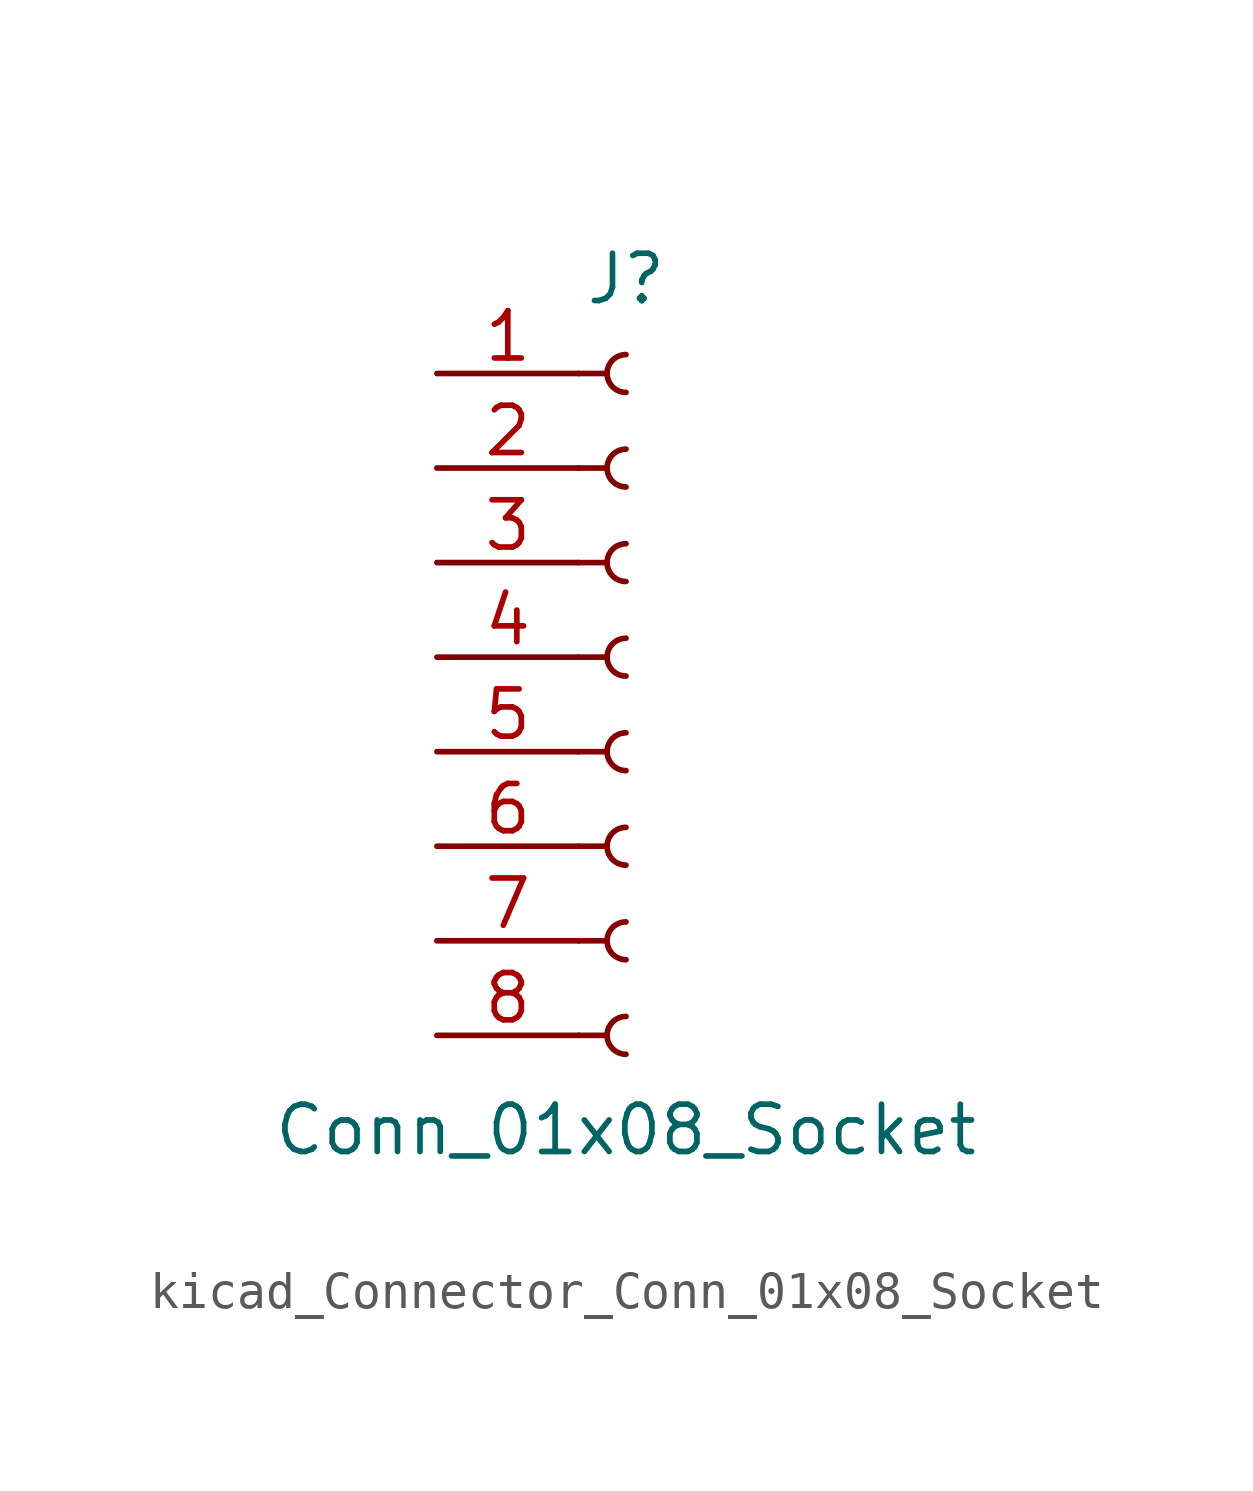
<source format=kicad_sym>
(kicad_symbol_lib
  (version 20220914)
  (generator kicad_symbol_editor)
  (symbol "kicad_Connector_Conn_01x08_Socket"
    (pin_names
      (offset 1.016) hide)
    (property "Reference" "J"
      (at 0 10.16 0)
      (effects (font (size 1.27 1.27))))
    (property "Value" "Conn_01x08_Socket"
      (at 0 -12.7 0)
      (effects (font (size 1.27 1.27))))
    (property "ki_locked" ""
      (at 0 0 0)
      (effects (font (size 1.27 1.27))))
    (symbol "kicad_Connector_Conn_01x08_Socket_1_1"
      (arc (start 0 -9.652) (mid -0.5058 -10.16) (end 0 -10.668) (stroke (width 0.1524) (type default)) (fill (type none)))
      (arc (start 0 -7.112) (mid -0.5058 -7.62) (end 0 -8.128) (stroke (width 0.1524) (type default)) (fill (type none)))
      (arc (start 0 -4.572) (mid -0.5058 -5.08) (end 0 -5.588) (stroke (width 0.1524) (type default)) (fill (type none)))
      (arc (start 0 -2.032) (mid -0.5058 -2.54) (end 0 -3.048) (stroke (width 0.1524) (type default)) (fill (type none)))
      (polyline (pts (xy -1.27 -10.16) (xy -0.508 -10.16)) (stroke (width 0.152) (type default)) (fill (type none)))
      (polyline (pts (xy -1.27 -7.62) (xy -0.508 -7.62)) (stroke (width 0.152) (type default)) (fill (type none)))
      (polyline (pts (xy -1.27 -5.08) (xy -0.508 -5.08)) (stroke (width 0.152) (type default)) (fill (type none)))
      (polyline (pts (xy -1.27 -2.54) (xy -0.508 -2.54)) (stroke (width 0.152) (type default)) (fill (type none)))
      (polyline (pts (xy -1.27 0) (xy -0.508 0)) (stroke (width 0.152) (type default)) (fill (type none)))
      (polyline (pts (xy -1.27 2.54) (xy -0.508 2.54)) (stroke (width 0.152) (type default)) (fill (type none)))
      (polyline (pts (xy -1.27 5.08) (xy -0.508 5.08)) (stroke (width 0.152) (type default)) (fill (type none)))
      (polyline (pts (xy -1.27 7.62) (xy -0.508 7.62)) (stroke (width 0.152) (type default)) (fill (type none)))
      (arc (start 0 0.508) (mid -0.5058 0) (end 0 -0.508) (stroke (width 0.1524) (type default)) (fill (type none)))
      (arc (start 0 3.048) (mid -0.5058 2.54) (end 0 2.032) (stroke (width 0.1524) (type default)) (fill (type none)))
      (arc (start 0 5.588) (mid -0.5058 5.08) (end 0 4.572) (stroke (width 0.1524) (type default)) (fill (type none)))
      (arc (start 0 8.128) (mid -0.5058 7.62) (end 0 7.112) (stroke (width 0.1524) (type default)) (fill (type none)))
      (pin passive line (at -5.08 7.62 0) (length 3.81) (name "Pin_1" (effects (font (size 1.27 1.27)))) (number "1" (effects (font (size 1.27 1.27)))))
      (pin passive line (at -5.08 5.08 0) (length 3.81) (name "Pin_2" (effects (font (size 1.27 1.27)))) (number "2" (effects (font (size 1.27 1.27)))))
      (pin passive line (at -5.08 2.54 0) (length 3.81) (name "Pin_3" (effects (font (size 1.27 1.27)))) (number "3" (effects (font (size 1.27 1.27)))))
      (pin passive line (at -5.08 0 0) (length 3.81) (name "Pin_4" (effects (font (size 1.27 1.27)))) (number "4" (effects (font (size 1.27 1.27)))))
      (pin passive line (at -5.08 -2.54 0) (length 3.81) (name "Pin_5" (effects (font (size 1.27 1.27)))) (number "5" (effects (font (size 1.27 1.27)))))
      (pin passive line (at -5.08 -5.08 0) (length 3.81) (name "Pin_6" (effects (font (size 1.27 1.27)))) (number "6" (effects (font (size 1.27 1.27)))))
      (pin passive line (at -5.08 -7.62 0) (length 3.81) (name "Pin_7" (effects (font (size 1.27 1.27)))) (number "7" (effects (font (size 1.27 1.27)))))
      (pin passive line (at -5.08 -10.16 0) (length 3.81) (name "Pin_8" (effects (font (size 1.27 1.27)))) (number "8" (effects (font (size 1.27 1.27))))))))
</source>
